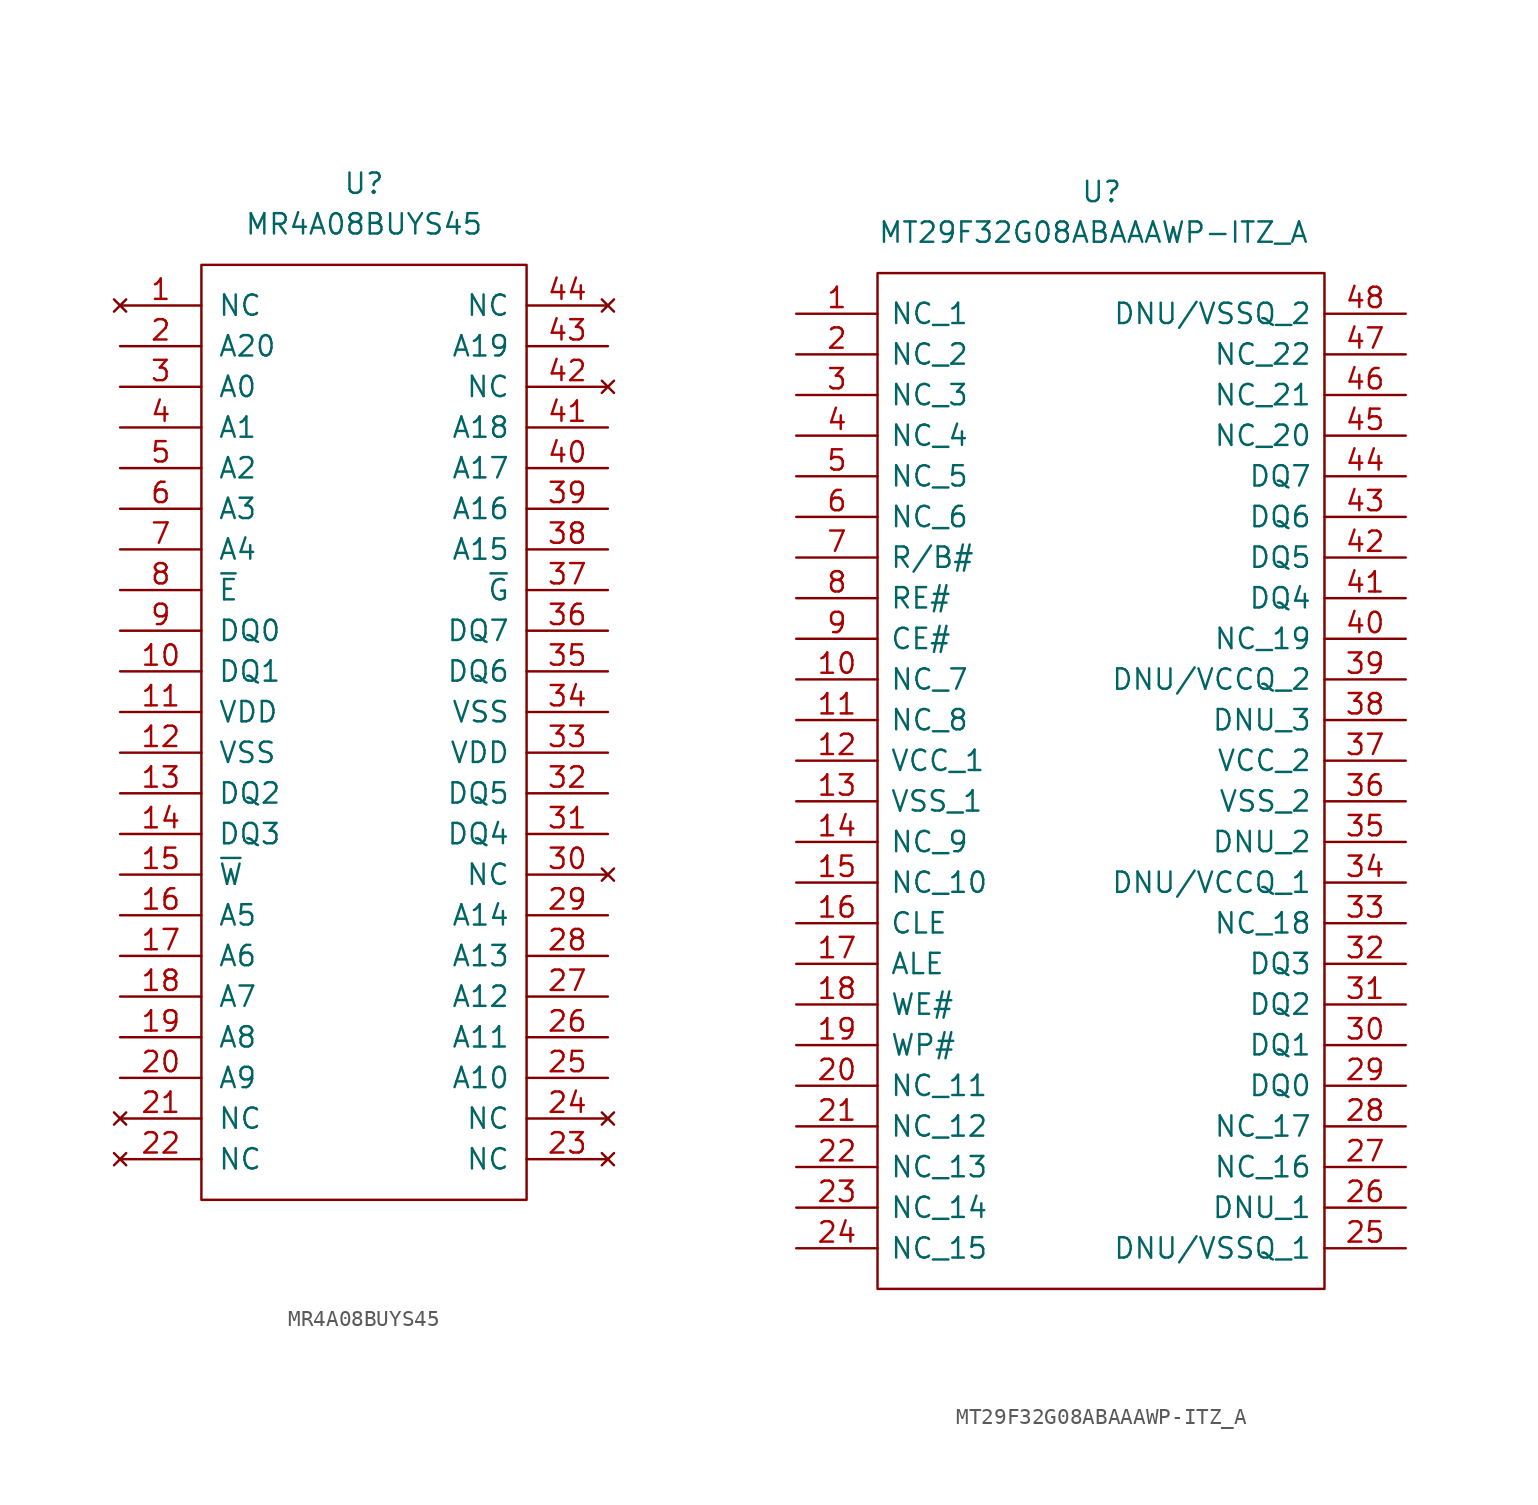
<source format=kicad_sym>
(kicad_symbol_lib
  (version 20211014)
  (generator kicad_symbol_editor)
  (symbol "MR4A08BUYS45"
    (pin_names
      (offset 1.016))
    (property "Reference" "U"
      (at 15.24 7.62 0)
      (effects (font (size 1.27 1.27))))
    (property "Value" "MR4A08BUYS45"
      (at 15.24 5.08 0)
      (effects (font (size 1.27 1.27))))
    (symbol "MR4A08BUYS45_0_1"
      (rectangle (start 5.08 2.54) (end 25.4 -55.88) (stroke (width 0) (type default) (color 0 0 0 0)) (fill (type none))))
    (symbol "MR4A08BUYS45_1_1"
      (pin no_connect line (at 0 0 0) (length 5.08) (name "NC" (effects (font (size 1.27 1.27)))) (number "1" (effects (font (size 1.27 1.27)))))
      (pin bidirectional line (at 0 -22.86 0) (length 5.08) (name "DQ1" (effects (font (size 1.27 1.27)))) (number "10" (effects (font (size 1.27 1.27)))))
      (pin power_in line (at 0 -25.4 0) (length 5.08) (name "VDD" (effects (font (size 1.27 1.27)))) (number "11" (effects (font (size 1.27 1.27)))))
      (pin power_in line (at 0 -27.94 0) (length 5.08) (name "VSS" (effects (font (size 1.27 1.27)))) (number "12" (effects (font (size 1.27 1.27)))))
      (pin bidirectional line (at 0 -30.48 0) (length 5.08) (name "DQ2" (effects (font (size 1.27 1.27)))) (number "13" (effects (font (size 1.27 1.27)))))
      (pin bidirectional line (at 0 -33.02 0) (length 5.08) (name "DQ3" (effects (font (size 1.27 1.27)))) (number "14" (effects (font (size 1.27 1.27)))))
      (pin input line (at 0 -35.56 0) (length 5.08) (name "~{W}" (effects (font (size 1.27 1.27)))) (number "15" (effects (font (size 1.27 1.27)))))
      (pin input line (at 0 -38.1 0) (length 5.08) (name "A5" (effects (font (size 1.27 1.27)))) (number "16" (effects (font (size 1.27 1.27)))))
      (pin input line (at 0 -40.64 0) (length 5.08) (name "A6" (effects (font (size 1.27 1.27)))) (number "17" (effects (font (size 1.27 1.27)))))
      (pin input line (at 0 -43.18 0) (length 5.08) (name "A7" (effects (font (size 1.27 1.27)))) (number "18" (effects (font (size 1.27 1.27)))))
      (pin input line (at 0 -45.72 0) (length 5.08) (name "A8" (effects (font (size 1.27 1.27)))) (number "19" (effects (font (size 1.27 1.27)))))
      (pin input line (at 0 -2.54 0) (length 5.08) (name "A20" (effects (font (size 1.27 1.27)))) (number "2" (effects (font (size 1.27 1.27)))))
      (pin input line (at 0 -48.26 0) (length 5.08) (name "A9" (effects (font (size 1.27 1.27)))) (number "20" (effects (font (size 1.27 1.27)))))
      (pin no_connect line (at 0 -50.8 0) (length 5.08) (name "NC" (effects (font (size 1.27 1.27)))) (number "21" (effects (font (size 1.27 1.27)))))
      (pin no_connect line (at 0 -53.34 0) (length 5.08) (name "NC" (effects (font (size 1.27 1.27)))) (number "22" (effects (font (size 1.27 1.27)))))
      (pin no_connect line (at 30.48 -53.34 180) (length 5.08) (name "NC" (effects (font (size 1.27 1.27)))) (number "23" (effects (font (size 1.27 1.27)))))
      (pin no_connect line (at 30.48 -50.8 180) (length 5.08) (name "NC" (effects (font (size 1.27 1.27)))) (number "24" (effects (font (size 1.27 1.27)))))
      (pin input line (at 30.48 -48.26 180) (length 5.08) (name "A10" (effects (font (size 1.27 1.27)))) (number "25" (effects (font (size 1.27 1.27)))))
      (pin input line (at 30.48 -45.72 180) (length 5.08) (name "A11" (effects (font (size 1.27 1.27)))) (number "26" (effects (font (size 1.27 1.27)))))
      (pin input line (at 30.48 -43.18 180) (length 5.08) (name "A12" (effects (font (size 1.27 1.27)))) (number "27" (effects (font (size 1.27 1.27)))))
      (pin input line (at 30.48 -40.64 180) (length 5.08) (name "A13" (effects (font (size 1.27 1.27)))) (number "28" (effects (font (size 1.27 1.27)))))
      (pin input line (at 30.48 -38.1 180) (length 5.08) (name "A14" (effects (font (size 1.27 1.27)))) (number "29" (effects (font (size 1.27 1.27)))))
      (pin input line (at 0 -5.08 0) (length 5.08) (name "A0" (effects (font (size 1.27 1.27)))) (number "3" (effects (font (size 1.27 1.27)))))
      (pin no_connect line (at 30.48 -35.56 180) (length 5.08) (name "NC" (effects (font (size 1.27 1.27)))) (number "30" (effects (font (size 1.27 1.27)))))
      (pin bidirectional line (at 30.48 -33.02 180) (length 5.08) (name "DQ4" (effects (font (size 1.27 1.27)))) (number "31" (effects (font (size 1.27 1.27)))))
      (pin bidirectional line (at 30.48 -30.48 180) (length 5.08) (name "DQ5" (effects (font (size 1.27 1.27)))) (number "32" (effects (font (size 1.27 1.27)))))
      (pin power_in line (at 30.48 -27.94 180) (length 5.08) (name "VDD" (effects (font (size 1.27 1.27)))) (number "33" (effects (font (size 1.27 1.27)))))
      (pin power_in line (at 30.48 -25.4 180) (length 5.08) (name "VSS" (effects (font (size 1.27 1.27)))) (number "34" (effects (font (size 1.27 1.27)))))
      (pin bidirectional line (at 30.48 -22.86 180) (length 5.08) (name "DQ6" (effects (font (size 1.27 1.27)))) (number "35" (effects (font (size 1.27 1.27)))))
      (pin bidirectional line (at 30.48 -20.32 180) (length 5.08) (name "DQ7" (effects (font (size 1.27 1.27)))) (number "36" (effects (font (size 1.27 1.27)))))
      (pin input line (at 30.48 -17.78 180) (length 5.08) (name "~{G}" (effects (font (size 1.27 1.27)))) (number "37" (effects (font (size 1.27 1.27)))))
      (pin input line (at 30.48 -15.24 180) (length 5.08) (name "A15" (effects (font (size 1.27 1.27)))) (number "38" (effects (font (size 1.27 1.27)))))
      (pin input line (at 30.48 -12.7 180) (length 5.08) (name "A16" (effects (font (size 1.27 1.27)))) (number "39" (effects (font (size 1.27 1.27)))))
      (pin input line (at 0 -7.62 0) (length 5.08) (name "A1" (effects (font (size 1.27 1.27)))) (number "4" (effects (font (size 1.27 1.27)))))
      (pin input line (at 30.48 -10.16 180) (length 5.08) (name "A17" (effects (font (size 1.27 1.27)))) (number "40" (effects (font (size 1.27 1.27)))))
      (pin input line (at 30.48 -7.62 180) (length 5.08) (name "A18" (effects (font (size 1.27 1.27)))) (number "41" (effects (font (size 1.27 1.27)))))
      (pin no_connect line (at 30.48 -5.08 180) (length 5.08) (name "NC" (effects (font (size 1.27 1.27)))) (number "42" (effects (font (size 1.27 1.27)))))
      (pin input line (at 30.48 -2.54 180) (length 5.08) (name "A19" (effects (font (size 1.27 1.27)))) (number "43" (effects (font (size 1.27 1.27)))))
      (pin no_connect line (at 30.48 0 180) (length 5.08) (name "NC" (effects (font (size 1.27 1.27)))) (number "44" (effects (font (size 1.27 1.27)))))
      (pin input line (at 0 -10.16 0) (length 5.08) (name "A2" (effects (font (size 1.27 1.27)))) (number "5" (effects (font (size 1.27 1.27)))))
      (pin input line (at 0 -12.7 0) (length 5.08) (name "A3" (effects (font (size 1.27 1.27)))) (number "6" (effects (font (size 1.27 1.27)))))
      (pin input line (at 0 -15.24 0) (length 5.08) (name "A4" (effects (font (size 1.27 1.27)))) (number "7" (effects (font (size 1.27 1.27)))))
      (pin input line (at 0 -17.78 0) (length 5.08) (name "~{E}" (effects (font (size 1.27 1.27)))) (number "8" (effects (font (size 1.27 1.27)))))
      (pin bidirectional line (at 0 -20.32 0) (length 5.08) (name "DQ0" (effects (font (size 1.27 1.27)))) (number "9" (effects (font (size 1.27 1.27)))))))
  (symbol "MT29F32G08ABAAAWP-ITZ_A"
    (pin_names
      (offset 0.762))
    (property "Reference" "U"
      (at 17.78 7.62 0)
      (effects (font (size 1.27 1.27)) (justify left)))
    (property "Value" "MT29F32G08ABAAAWP-ITZ_A"
      (at 5.08 5.08 0)
      (effects (font (size 1.27 1.27)) (justify left)))
    (symbol "MT29F32G08ABAAAWP-ITZ_A_0_0"
      (pin passive line (at 0 0 0) (length 5.08) (name "NC_1" (effects (font (size 1.27 1.27)))) (number "1" (effects (font (size 1.27 1.27)))))
      (pin passive line (at 0 -22.86 0) (length 5.08) (name "NC_7" (effects (font (size 1.27 1.27)))) (number "10" (effects (font (size 1.27 1.27)))))
      (pin passive line (at 0 -25.4 0) (length 5.08) (name "NC_8" (effects (font (size 1.27 1.27)))) (number "11" (effects (font (size 1.27 1.27)))))
      (pin passive line (at 0 -27.94 0) (length 5.08) (name "VCC_1" (effects (font (size 1.27 1.27)))) (number "12" (effects (font (size 1.27 1.27)))))
      (pin passive line (at 0 -30.48 0) (length 5.08) (name "VSS_1" (effects (font (size 1.27 1.27)))) (number "13" (effects (font (size 1.27 1.27)))))
      (pin passive line (at 0 -33.02 0) (length 5.08) (name "NC_9" (effects (font (size 1.27 1.27)))) (number "14" (effects (font (size 1.27 1.27)))))
      (pin passive line (at 0 -35.56 0) (length 5.08) (name "NC_10" (effects (font (size 1.27 1.27)))) (number "15" (effects (font (size 1.27 1.27)))))
      (pin passive line (at 0 -38.1 0) (length 5.08) (name "CLE" (effects (font (size 1.27 1.27)))) (number "16" (effects (font (size 1.27 1.27)))))
      (pin passive line (at 0 -40.64 0) (length 5.08) (name "ALE" (effects (font (size 1.27 1.27)))) (number "17" (effects (font (size 1.27 1.27)))))
      (pin passive line (at 0 -43.18 0) (length 5.08) (name "WE#" (effects (font (size 1.27 1.27)))) (number "18" (effects (font (size 1.27 1.27)))))
      (pin passive line (at 0 -45.72 0) (length 5.08) (name "WP#" (effects (font (size 1.27 1.27)))) (number "19" (effects (font (size 1.27 1.27)))))
      (pin passive line (at 0 -2.54 0) (length 5.08) (name "NC_2" (effects (font (size 1.27 1.27)))) (number "2" (effects (font (size 1.27 1.27)))))
      (pin passive line (at 0 -48.26 0) (length 5.08) (name "NC_11" (effects (font (size 1.27 1.27)))) (number "20" (effects (font (size 1.27 1.27)))))
      (pin passive line (at 0 -50.8 0) (length 5.08) (name "NC_12" (effects (font (size 1.27 1.27)))) (number "21" (effects (font (size 1.27 1.27)))))
      (pin passive line (at 0 -53.34 0) (length 5.08) (name "NC_13" (effects (font (size 1.27 1.27)))) (number "22" (effects (font (size 1.27 1.27)))))
      (pin passive line (at 0 -55.88 0) (length 5.08) (name "NC_14" (effects (font (size 1.27 1.27)))) (number "23" (effects (font (size 1.27 1.27)))))
      (pin passive line (at 0 -58.42 0) (length 5.08) (name "NC_15" (effects (font (size 1.27 1.27)))) (number "24" (effects (font (size 1.27 1.27)))))
      (pin passive line (at 38.1 -58.42 180) (length 5.08) (name "DNU/VSSQ_1" (effects (font (size 1.27 1.27)))) (number "25" (effects (font (size 1.27 1.27)))))
      (pin passive line (at 38.1 -55.88 180) (length 5.08) (name "DNU_1" (effects (font (size 1.27 1.27)))) (number "26" (effects (font (size 1.27 1.27)))))
      (pin passive line (at 38.1 -53.34 180) (length 5.08) (name "NC_16" (effects (font (size 1.27 1.27)))) (number "27" (effects (font (size 1.27 1.27)))))
      (pin passive line (at 38.1 -50.8 180) (length 5.08) (name "NC_17" (effects (font (size 1.27 1.27)))) (number "28" (effects (font (size 1.27 1.27)))))
      (pin passive line (at 38.1 -48.26 180) (length 5.08) (name "DQ0" (effects (font (size 1.27 1.27)))) (number "29" (effects (font (size 1.27 1.27)))))
      (pin passive line (at 0 -5.08 0) (length 5.08) (name "NC_3" (effects (font (size 1.27 1.27)))) (number "3" (effects (font (size 1.27 1.27)))))
      (pin passive line (at 38.1 -45.72 180) (length 5.08) (name "DQ1" (effects (font (size 1.27 1.27)))) (number "30" (effects (font (size 1.27 1.27)))))
      (pin passive line (at 38.1 -43.18 180) (length 5.08) (name "DQ2" (effects (font (size 1.27 1.27)))) (number "31" (effects (font (size 1.27 1.27)))))
      (pin passive line (at 38.1 -40.64 180) (length 5.08) (name "DQ3" (effects (font (size 1.27 1.27)))) (number "32" (effects (font (size 1.27 1.27)))))
      (pin passive line (at 38.1 -38.1 180) (length 5.08) (name "NC_18" (effects (font (size 1.27 1.27)))) (number "33" (effects (font (size 1.27 1.27)))))
      (pin passive line (at 38.1 -35.56 180) (length 5.08) (name "DNU/VCCQ_1" (effects (font (size 1.27 1.27)))) (number "34" (effects (font (size 1.27 1.27)))))
      (pin passive line (at 38.1 -33.02 180) (length 5.08) (name "DNU_2" (effects (font (size 1.27 1.27)))) (number "35" (effects (font (size 1.27 1.27)))))
      (pin passive line (at 38.1 -30.48 180) (length 5.08) (name "VSS_2" (effects (font (size 1.27 1.27)))) (number "36" (effects (font (size 1.27 1.27)))))
      (pin passive line (at 38.1 -27.94 180) (length 5.08) (name "VCC_2" (effects (font (size 1.27 1.27)))) (number "37" (effects (font (size 1.27 1.27)))))
      (pin passive line (at 38.1 -25.4 180) (length 5.08) (name "DNU_3" (effects (font (size 1.27 1.27)))) (number "38" (effects (font (size 1.27 1.27)))))
      (pin passive line (at 38.1 -22.86 180) (length 5.08) (name "DNU/VCCQ_2" (effects (font (size 1.27 1.27)))) (number "39" (effects (font (size 1.27 1.27)))))
      (pin passive line (at 0 -7.62 0) (length 5.08) (name "NC_4" (effects (font (size 1.27 1.27)))) (number "4" (effects (font (size 1.27 1.27)))))
      (pin passive line (at 38.1 -20.32 180) (length 5.08) (name "NC_19" (effects (font (size 1.27 1.27)))) (number "40" (effects (font (size 1.27 1.27)))))
      (pin passive line (at 38.1 -17.78 180) (length 5.08) (name "DQ4" (effects (font (size 1.27 1.27)))) (number "41" (effects (font (size 1.27 1.27)))))
      (pin passive line (at 38.1 -15.24 180) (length 5.08) (name "DQ5" (effects (font (size 1.27 1.27)))) (number "42" (effects (font (size 1.27 1.27)))))
      (pin passive line (at 38.1 -12.7 180) (length 5.08) (name "DQ6" (effects (font (size 1.27 1.27)))) (number "43" (effects (font (size 1.27 1.27)))))
      (pin passive line (at 38.1 -10.16 180) (length 5.08) (name "DQ7" (effects (font (size 1.27 1.27)))) (number "44" (effects (font (size 1.27 1.27)))))
      (pin passive line (at 38.1 -7.62 180) (length 5.08) (name "NC_20" (effects (font (size 1.27 1.27)))) (number "45" (effects (font (size 1.27 1.27)))))
      (pin passive line (at 38.1 -5.08 180) (length 5.08) (name "NC_21" (effects (font (size 1.27 1.27)))) (number "46" (effects (font (size 1.27 1.27)))))
      (pin passive line (at 38.1 -2.54 180) (length 5.08) (name "NC_22" (effects (font (size 1.27 1.27)))) (number "47" (effects (font (size 1.27 1.27)))))
      (pin passive line (at 38.1 0 180) (length 5.08) (name "DNU/VSSQ_2" (effects (font (size 1.27 1.27)))) (number "48" (effects (font (size 1.27 1.27)))))
      (pin passive line (at 0 -10.16 0) (length 5.08) (name "NC_5" (effects (font (size 1.27 1.27)))) (number "5" (effects (font (size 1.27 1.27)))))
      (pin passive line (at 0 -12.7 0) (length 5.08) (name "NC_6" (effects (font (size 1.27 1.27)))) (number "6" (effects (font (size 1.27 1.27)))))
      (pin passive line (at 0 -15.24 0) (length 5.08) (name "R/B#" (effects (font (size 1.27 1.27)))) (number "7" (effects (font (size 1.27 1.27)))))
      (pin passive line (at 0 -17.78 0) (length 5.08) (name "RE#" (effects (font (size 1.27 1.27)))) (number "8" (effects (font (size 1.27 1.27)))))
      (pin passive line (at 0 -20.32 0) (length 5.08) (name "CE#" (effects (font (size 1.27 1.27)))) (number "9" (effects (font (size 1.27 1.27))))))
    (symbol "MT29F32G08ABAAAWP-ITZ_A_0_1"
      (polyline (pts (xy 5.08 2.54) (xy 33.02 2.54) (xy 33.02 -60.96) (xy 5.08 -60.96) (xy 5.08 2.54)) (stroke (width 0.152) (type default) (color 0 0 0 0)) (fill (type none))))))
</source>
